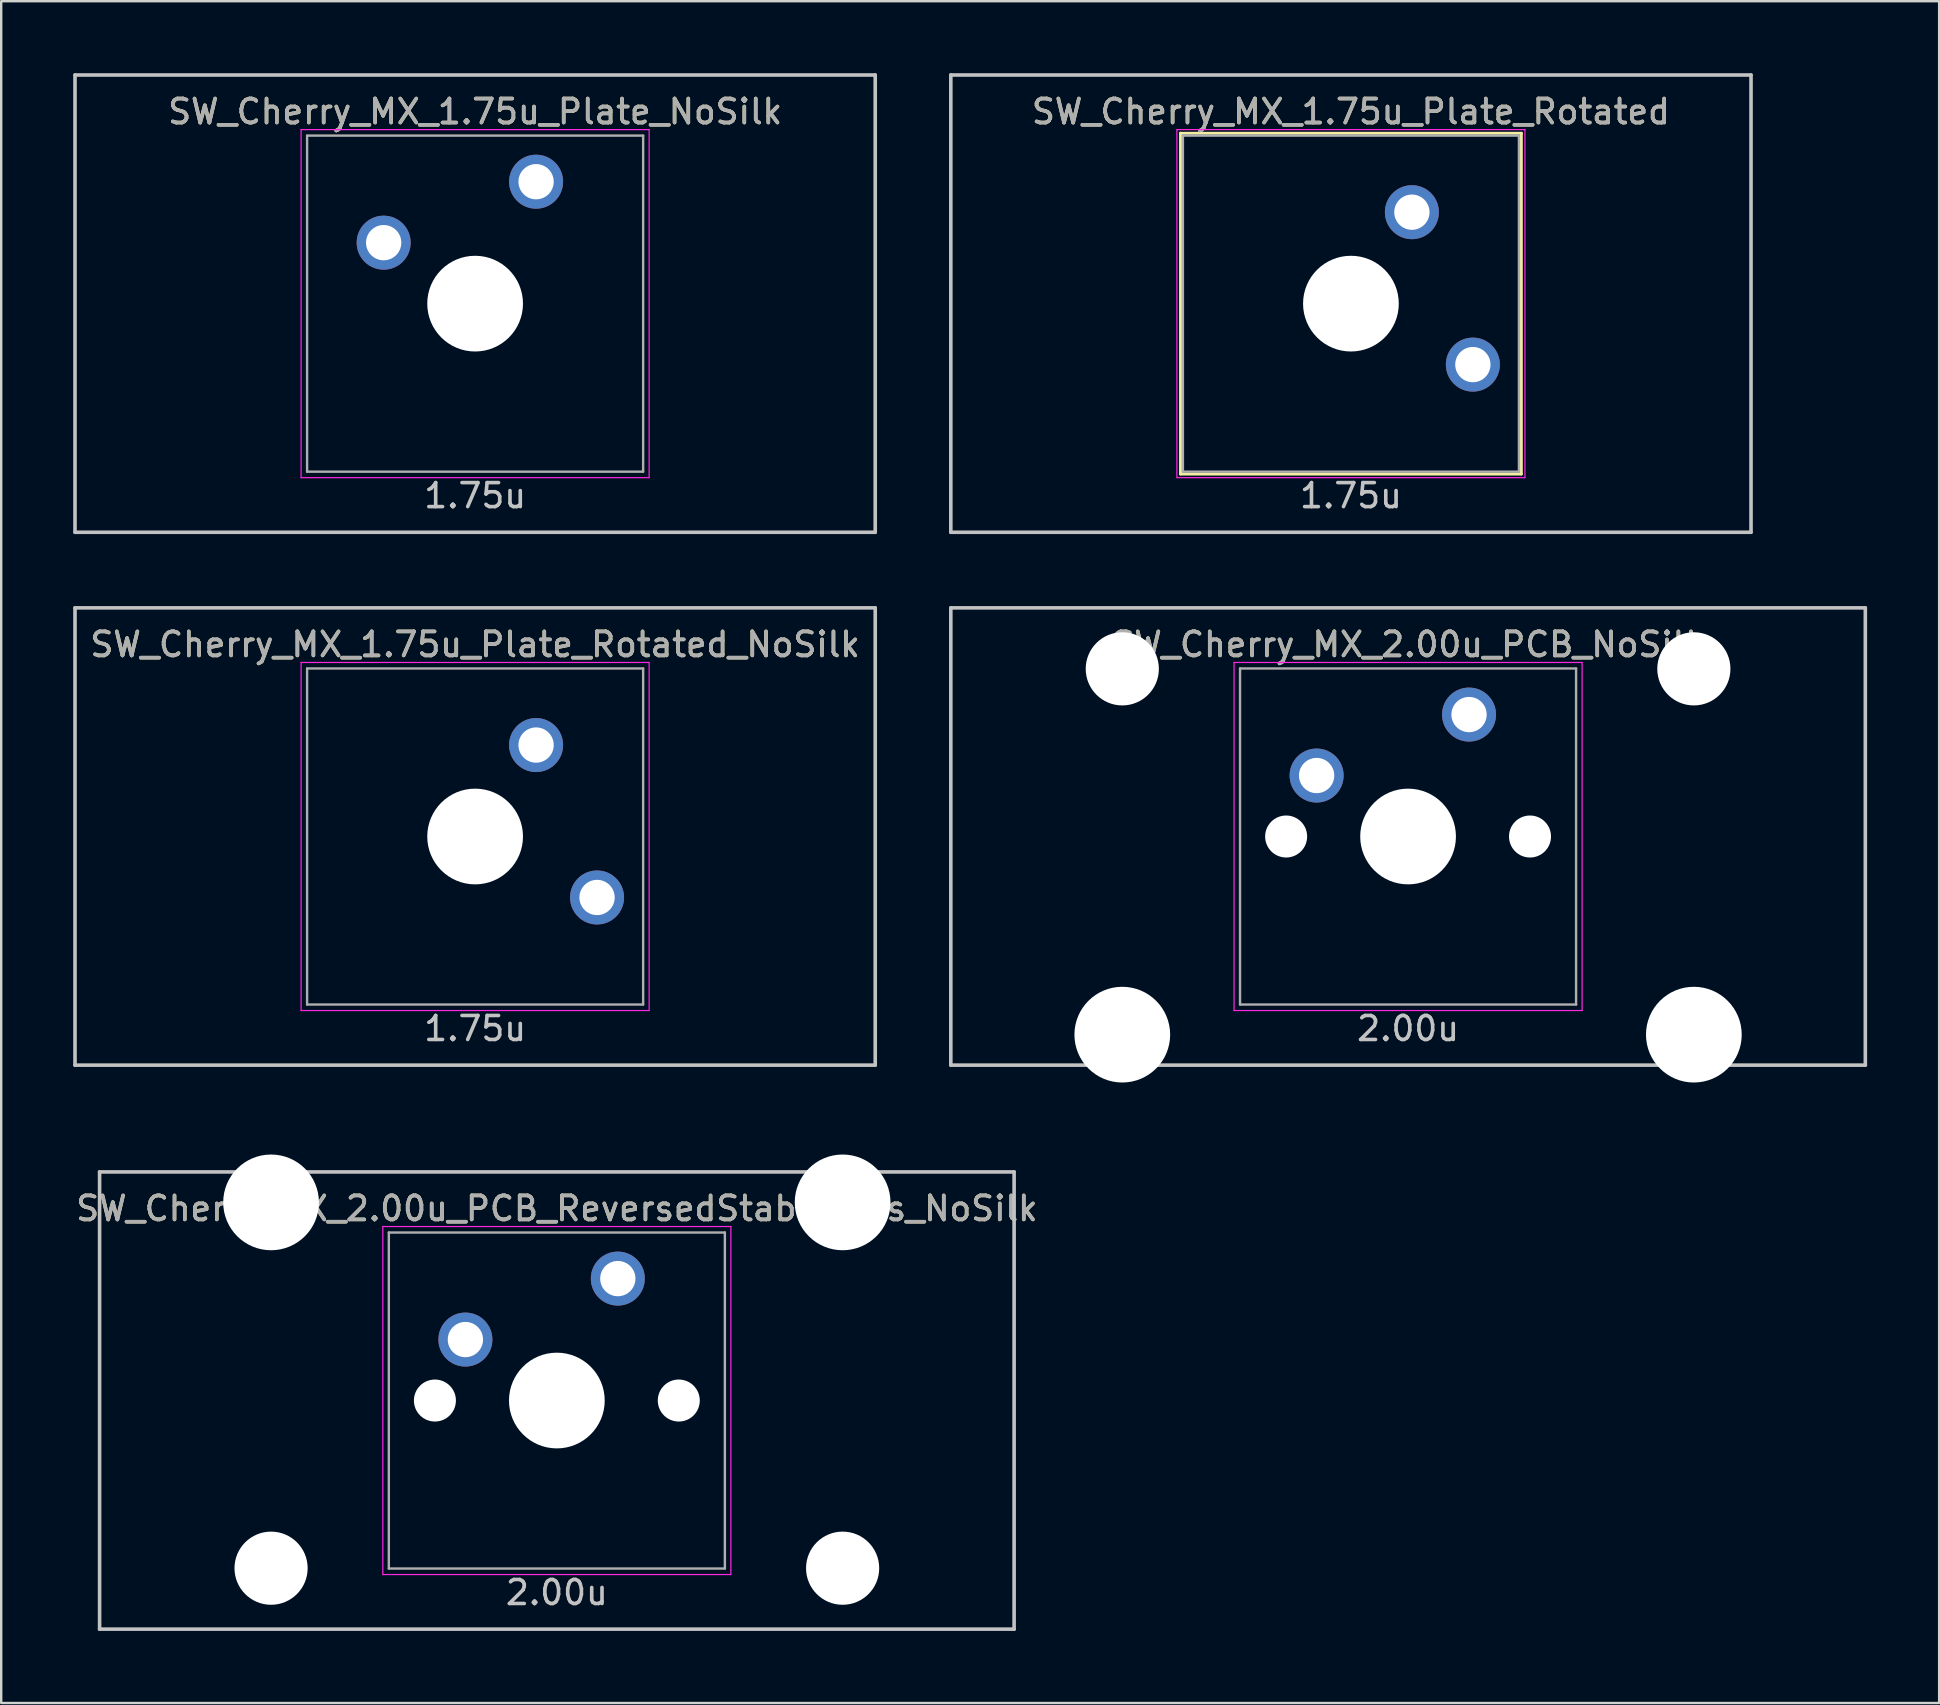
<source format=kicad_pcb>
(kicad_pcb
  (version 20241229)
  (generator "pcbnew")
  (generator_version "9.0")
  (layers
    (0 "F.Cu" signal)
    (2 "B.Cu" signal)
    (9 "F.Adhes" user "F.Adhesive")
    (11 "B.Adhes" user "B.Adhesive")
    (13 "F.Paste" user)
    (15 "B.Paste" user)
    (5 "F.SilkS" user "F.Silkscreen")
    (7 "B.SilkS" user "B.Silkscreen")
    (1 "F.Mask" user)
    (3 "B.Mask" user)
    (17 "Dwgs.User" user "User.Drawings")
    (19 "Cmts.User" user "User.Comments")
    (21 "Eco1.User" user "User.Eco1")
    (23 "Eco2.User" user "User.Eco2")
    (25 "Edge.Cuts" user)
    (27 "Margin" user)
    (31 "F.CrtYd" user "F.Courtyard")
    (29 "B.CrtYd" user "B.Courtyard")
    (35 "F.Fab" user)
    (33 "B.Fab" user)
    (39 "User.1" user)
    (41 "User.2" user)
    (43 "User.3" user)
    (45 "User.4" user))
  (footprint "SW_Cherry_MX_2.00u_PCB_NoSilk"
    (layer "F.Cu")
    (at 55.612 31.8)
    (property "Reference" "SW_Cherry_MX_2.00u_PCB_NoSilk" (at 0 -8 0) (layer "F.SilkS") (effects (font (size 1 1) (thickness 0.15))))
    (attr through_hole)
    (fp_line (start -19.05 -9.525) (end 19.05 -9.525) (stroke (width 0.15) (type solid)) (layer "Dwgs.User"))
    (fp_line (start -19.05 9.525) (end -19.05 -9.525) (stroke (width 0.15) (type solid)) (layer "Dwgs.User"))
    (fp_line (start -19.05 9.525) (end 19.05 9.525) (stroke (width 0.15) (type solid)) (layer "Dwgs.User"))
    (fp_line (start 19.05 -9.525) (end 19.05 9.525) (stroke (width 0.15) (type solid)) (layer "Dwgs.User"))
    (fp_line (start -7.25 -7.25) (end 7.25 -7.25) (stroke (width 0.05) (type solid)) (layer "F.CrtYd"))
    (fp_line (start -7.25 7.25) (end -7.25 -7.25) (stroke (width 0.05) (type solid)) (layer "F.CrtYd"))
    (fp_line (start 7.25 -7.25) (end 7.25 7.25) (stroke (width 0.05) (type solid)) (layer "F.CrtYd"))
    (fp_line (start 7.25 7.25) (end -7.25 7.25) (stroke (width 0.05) (type solid)) (layer "F.CrtYd"))
    (fp_line (start -7 -7) (end 7 -7) (stroke (width 0.1) (type solid)) (layer "F.Fab"))
    (fp_line (start -7 7) (end -7 -7) (stroke (width 0.1) (type solid)) (layer "F.Fab"))
    (fp_line (start 7 -7) (end 7 7) (stroke (width 0.1) (type solid)) (layer "F.Fab"))
    (fp_line (start 7 7) (end -7 7) (stroke (width 0.1) (type solid)) (layer "F.Fab"))
    (fp_text user "2.00u" (at 0 8 0) (layer "Dwgs.User") (effects (font (size 1 1) (thickness 0.15))))
    (fp_text user "${REFERENCE}" (at 0 -8 0) (layer "F.Fab") (effects (font (size 1 1) (thickness 0.15))))
    (pad "" np_thru_hole circle (at -11.906 -6.985) (size 3.048 3.048) (drill 3.048) (layers "*.Cu" "*.Mask"))
    (pad "" np_thru_hole circle (at -11.906 8.255) (size 3.988 3.988) (drill 3.988) (layers "*.Cu" "*.Mask"))
    (pad "" np_thru_hole circle (at -5.08 0 48.1) (size 1.75 1.75) (drill 1.75) (layers "*.Cu" "*.Mask"))
    (pad "" np_thru_hole circle (at 0 0) (size 3.988 3.988) (drill 3.988) (layers "*.Cu" "*.Mask"))
    (pad "" np_thru_hole circle (at 5.08 0 48.1) (size 1.75 1.75) (drill 1.75) (layers "*.Cu" "*.Mask"))
    (pad "" np_thru_hole circle (at 11.906 -6.985) (size 3.048 3.048) (drill 3.048) (layers "*.Cu" "*.Mask"))
    (pad "" np_thru_hole circle (at 11.906 8.255) (size 3.988 3.988) (drill 3.988) (layers "*.Cu" "*.Mask"))
    (pad "1" thru_hole circle (at -3.81 -2.54) (size 2.25 2.25) (drill 1.47) (layers "*.Cu" "B.Mask"))
    (pad "2" thru_hole circle (at 2.54 -5.08) (size 2.25 2.25) (drill 1.47) (layers "*.Cu" "B.Mask")))
  (footprint "SW_Cherry_MX_1.75u_Plate_Rotated"
    (layer "F.Cu")
    (at 53.231 9.6)
    (property "Reference" "SW_Cherry_MX_1.75u_Plate_Rotated" (at 0 -8 0) (layer "F.SilkS") (effects (font (size 1 1) (thickness 0.15))))
    (attr through_hole)
    (fp_line (start -7.1 -7.1) (end 7.1 -7.1) (stroke (width 0.12) (type solid)) (layer "F.SilkS"))
    (fp_line (start -7.1 7.1) (end -7.1 -7.1) (stroke (width 0.12) (type solid)) (layer "F.SilkS"))
    (fp_line (start 7.1 -7.1) (end 7.1 7.1) (stroke (width 0.12) (type solid)) (layer "F.SilkS"))
    (fp_line (start 7.1 7.1) (end -7.1 7.1) (stroke (width 0.12) (type solid)) (layer "F.SilkS"))
    (fp_line (start -16.669 9.525) (end -16.669 -9.525) (stroke (width 0.15) (type solid)) (layer "Dwgs.User"))
    (fp_line (start 16.669 -9.525) (end -16.669 -9.525) (stroke (width 0.15) (type solid)) (layer "Dwgs.User"))
    (fp_line (start 16.669 -9.525) (end 16.669 9.525) (stroke (width 0.15) (type solid)) (layer "Dwgs.User"))
    (fp_line (start 16.669 9.525) (end -16.669 9.525) (stroke (width 0.15) (type solid)) (layer "Dwgs.User"))
    (fp_line (start -7.25 -7.25) (end 7.25 -7.25) (stroke (width 0.05) (type solid)) (layer "F.CrtYd"))
    (fp_line (start -7.25 7.25) (end -7.25 -7.25) (stroke (width 0.05) (type solid)) (layer "F.CrtYd"))
    (fp_line (start 7.25 -7.25) (end 7.25 7.25) (stroke (width 0.05) (type solid)) (layer "F.CrtYd"))
    (fp_line (start 7.25 7.25) (end -7.25 7.25) (stroke (width 0.05) (type solid)) (layer "F.CrtYd"))
    (fp_line (start -7 -7) (end 7 -7) (stroke (width 0.1) (type solid)) (layer "F.Fab"))
    (fp_line (start -7 7) (end -7 -7) (stroke (width 0.1) (type solid)) (layer "F.Fab"))
    (fp_line (start 7 -7) (end 7 7) (stroke (width 0.1) (type solid)) (layer "F.Fab"))
    (fp_line (start 7 7) (end -7 7) (stroke (width 0.1) (type solid)) (layer "F.Fab"))
    (fp_text user "1.75u" (at 0 8 0) (layer "Dwgs.User") (effects (font (size 1 1) (thickness 0.15))))
    (fp_text user "${REFERENCE}" (at 0 -8 0) (layer "F.Fab") (effects (font (size 1 1) (thickness 0.15))))
    (pad "" np_thru_hole circle (at 0 0 270) (size 3.988 3.988) (drill 3.988) (layers "*.Cu" "*.Mask"))
    (pad "1" thru_hole circle (at 2.54 -3.81 270) (size 2.25 2.25) (drill 1.47) (layers "*.Cu" "B.Mask"))
    (pad "2" thru_hole circle (at 5.08 2.54 270) (size 2.25 2.25) (drill 1.47) (layers "*.Cu" "B.Mask")))
  (footprint "SW_Cherry_MX_1.75u_Plate_Rotated_NoSilk"
    (layer "F.Cu")
    (at 16.744 31.8)
    (property "Reference" "SW_Cherry_MX_1.75u_Plate_Rotated_NoSilk" (at 0 -8 0) (layer "F.SilkS") (effects (font (size 1 1) (thickness 0.15))))
    (attr through_hole)
    (fp_line (start -16.669 9.525) (end -16.669 -9.525) (stroke (width 0.15) (type solid)) (layer "Dwgs.User"))
    (fp_line (start 16.669 -9.525) (end -16.669 -9.525) (stroke (width 0.15) (type solid)) (layer "Dwgs.User"))
    (fp_line (start 16.669 -9.525) (end 16.669 9.525) (stroke (width 0.15) (type solid)) (layer "Dwgs.User"))
    (fp_line (start 16.669 9.525) (end -16.669 9.525) (stroke (width 0.15) (type solid)) (layer "Dwgs.User"))
    (fp_line (start -7.25 -7.25) (end 7.25 -7.25) (stroke (width 0.05) (type solid)) (layer "F.CrtYd"))
    (fp_line (start -7.25 7.25) (end -7.25 -7.25) (stroke (width 0.05) (type solid)) (layer "F.CrtYd"))
    (fp_line (start 7.25 -7.25) (end 7.25 7.25) (stroke (width 0.05) (type solid)) (layer "F.CrtYd"))
    (fp_line (start 7.25 7.25) (end -7.25 7.25) (stroke (width 0.05) (type solid)) (layer "F.CrtYd"))
    (fp_line (start -7 -7) (end 7 -7) (stroke (width 0.1) (type solid)) (layer "F.Fab"))
    (fp_line (start -7 7) (end -7 -7) (stroke (width 0.1) (type solid)) (layer "F.Fab"))
    (fp_line (start 7 -7) (end 7 7) (stroke (width 0.1) (type solid)) (layer "F.Fab"))
    (fp_line (start 7 7) (end -7 7) (stroke (width 0.1) (type solid)) (layer "F.Fab"))
    (fp_text user "1.75u" (at 0 8 0) (layer "Dwgs.User") (effects (font (size 1 1) (thickness 0.15))))
    (fp_text user "${REFERENCE}" (at 0 -8 0) (layer "F.Fab") (effects (font (size 1 1) (thickness 0.15))))
    (pad "" np_thru_hole circle (at 0 0 270) (size 3.988 3.988) (drill 3.988) (layers "*.Cu" "*.Mask"))
    (pad "1" thru_hole circle (at 2.54 -3.81 270) (size 2.25 2.25) (drill 1.47) (layers "*.Cu" "B.Mask"))
    (pad "2" thru_hole circle (at 5.08 2.54 270) (size 2.25 2.25) (drill 1.47) (layers "*.Cu" "B.Mask")))
  (footprint "SW_Cherry_MX_2.00u_PCB_ReversedStabilizers_NoSilk"
    (layer "F.Cu")
    (at 20.149 55.298)
    (property "Reference" "SW_Cherry_MX_2.00u_PCB_ReversedStabilizers_NoSilk" (at 0 -8 0) (layer "F.SilkS") (effects (font (size 1 1) (thickness 0.15))))
    (attr through_hole)
    (fp_line (start -19.05 -9.525) (end 19.05 -9.525) (stroke (width 0.15) (type solid)) (layer "Dwgs.User"))
    (fp_line (start -19.05 9.525) (end -19.05 -9.525) (stroke (width 0.15) (type solid)) (layer "Dwgs.User"))
    (fp_line (start -19.05 9.525) (end 19.05 9.525) (stroke (width 0.15) (type solid)) (layer "Dwgs.User"))
    (fp_line (start 19.05 -9.525) (end 19.05 9.525) (stroke (width 0.15) (type solid)) (layer "Dwgs.User"))
    (fp_line (start -7.25 -7.25) (end 7.25 -7.25) (stroke (width 0.05) (type solid)) (layer "F.CrtYd"))
    (fp_line (start -7.25 7.25) (end -7.25 -7.25) (stroke (width 0.05) (type solid)) (layer "F.CrtYd"))
    (fp_line (start 7.25 -7.25) (end 7.25 7.25) (stroke (width 0.05) (type solid)) (layer "F.CrtYd"))
    (fp_line (start 7.25 7.25) (end -7.25 7.25) (stroke (width 0.05) (type solid)) (layer "F.CrtYd"))
    (fp_line (start -7 -7) (end 7 -7) (stroke (width 0.1) (type solid)) (layer "F.Fab"))
    (fp_line (start -7 7) (end -7 -7) (stroke (width 0.1) (type solid)) (layer "F.Fab"))
    (fp_line (start 7 -7) (end 7 7) (stroke (width 0.1) (type solid)) (layer "F.Fab"))
    (fp_line (start 7 7) (end -7 7) (stroke (width 0.1) (type solid)) (layer "F.Fab"))
    (fp_text user "2.00u" (at 0 8 0) (layer "Dwgs.User") (effects (font (size 1 1) (thickness 0.15))))
    (fp_text user "${REFERENCE}" (at 0 -8 0) (layer "F.Fab") (effects (font (size 1 1) (thickness 0.15))))
    (pad "" np_thru_hole circle (at -11.906 -8.255) (size 3.988 3.988) (drill 3.988) (layers "*.Cu" "*.Mask"))
    (pad "" np_thru_hole circle (at -11.906 6.985) (size 3.048 3.048) (drill 3.048) (layers "*.Cu" "*.Mask"))
    (pad "" np_thru_hole circle (at -5.08 0 48.1) (size 1.75 1.75) (drill 1.75) (layers "*.Cu" "*.Mask"))
    (pad "" np_thru_hole circle (at 0 0) (size 3.988 3.988) (drill 3.988) (layers "*.Cu" "*.Mask"))
    (pad "" np_thru_hole circle (at 5.08 0 48.1) (size 1.75 1.75) (drill 1.75) (layers "*.Cu" "*.Mask"))
    (pad "" np_thru_hole circle (at 11.906 -8.255) (size 3.988 3.988) (drill 3.988) (layers "*.Cu" "*.Mask"))
    (pad "" np_thru_hole circle (at 11.906 6.985) (size 3.048 3.048) (drill 3.048) (layers "*.Cu" "*.Mask"))
    (pad "1" thru_hole circle (at -3.81 -2.54) (size 2.25 2.25) (drill 1.47) (layers "*.Cu" "B.Mask"))
    (pad "2" thru_hole circle (at 2.54 -5.08) (size 2.25 2.25) (drill 1.47) (layers "*.Cu" "B.Mask")))
  (footprint "SW_Cherry_MX_1.75u_Plate_NoSilk"
    (layer "F.Cu")
    (at 16.744 9.6)
    (property "Reference" "SW_Cherry_MX_1.75u_Plate_NoSilk" (at 0 -8 0) (layer "F.SilkS") (effects (font (size 1 1) (thickness 0.15))))
    (attr through_hole)
    (fp_line (start -16.669 -9.525) (end 16.669 -9.525) (stroke (width 0.15) (type solid)) (layer "Dwgs.User"))
    (fp_line (start -16.669 9.525) (end -16.669 -9.525) (stroke (width 0.15) (type solid)) (layer "Dwgs.User"))
    (fp_line (start -16.669 9.525) (end 16.669 9.525) (stroke (width 0.15) (type solid)) (layer "Dwgs.User"))
    (fp_line (start 16.669 -9.525) (end 16.669 9.525) (stroke (width 0.15) (type solid)) (layer "Dwgs.User"))
    (fp_line (start -7.25 -7.25) (end 7.25 -7.25) (stroke (width 0.05) (type solid)) (layer "F.CrtYd"))
    (fp_line (start -7.25 7.25) (end -7.25 -7.25) (stroke (width 0.05) (type solid)) (layer "F.CrtYd"))
    (fp_line (start 7.25 -7.25) (end 7.25 7.25) (stroke (width 0.05) (type solid)) (layer "F.CrtYd"))
    (fp_line (start 7.25 7.25) (end -7.25 7.25) (stroke (width 0.05) (type solid)) (layer "F.CrtYd"))
    (fp_line (start -7 -7) (end 7 -7) (stroke (width 0.1) (type solid)) (layer "F.Fab"))
    (fp_line (start -7 7) (end -7 -7) (stroke (width 0.1) (type solid)) (layer "F.Fab"))
    (fp_line (start 7 -7) (end 7 7) (stroke (width 0.1) (type solid)) (layer "F.Fab"))
    (fp_line (start 7 7) (end -7 7) (stroke (width 0.1) (type solid)) (layer "F.Fab"))
    (fp_text user "1.75u" (at 0 8 0) (layer "Dwgs.User") (effects (font (size 1 1) (thickness 0.15))))
    (fp_text user "${REFERENCE}" (at 0 -8 0) (layer "F.Fab") (effects (font (size 1 1) (thickness 0.15))))
    (pad "" np_thru_hole circle (at 0 0) (size 3.988 3.988) (drill 3.988) (layers "*.Cu" "*.Mask"))
    (pad "1" thru_hole circle (at -3.81 -2.54) (size 2.25 2.25) (drill 1.47) (layers "*.Cu" "B.Mask"))
    (pad "2" thru_hole circle (at 2.54 -5.08) (size 2.25 2.25) (drill 1.47) (layers "*.Cu" "B.Mask")))
  (gr_rect
    (start -3 -3)
    (end 77.737 67.898)
    (stroke (width 0.1) (type default))
    (fill no)
    (layer "Edge.Cuts")))
</source>
